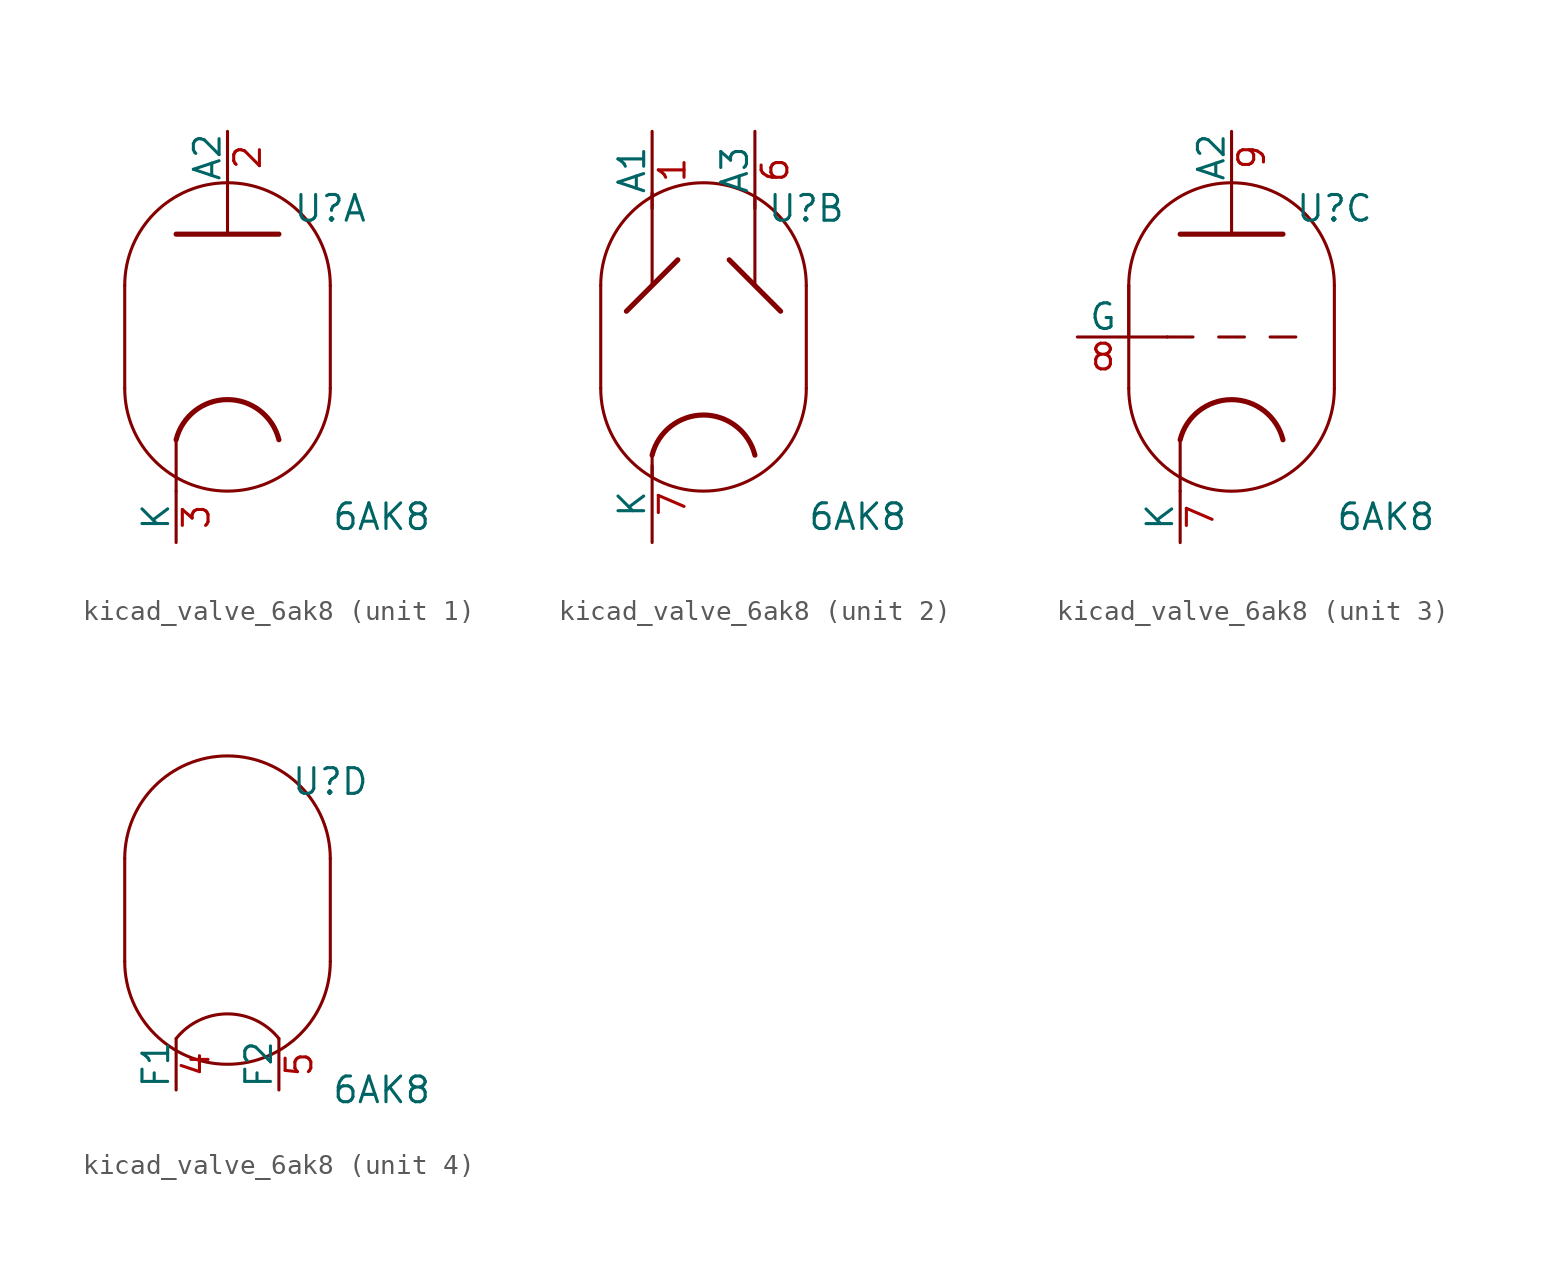
<source format=kicad_sym>
(kicad_symbol_lib
  (version 20220914)
  (generator kicad_symbol_editor)
  (symbol "kicad_valve_6ak8"
    (pin_names
      (offset 0))
    (property "Reference" "U"
      (at 5.08 6.35 0)
      (effects (font (size 1.27 1.27))))
    (property "Value" "6AK8"
      (at 7.62 -8.89 0)
      (effects (font (size 1.27 1.27))))
    (property "ki_locked" ""
      (at 0 0 0)
      (effects (font (size 1.27 1.27))))
    (symbol "kicad_valve_6ak8_0_1"
      (arc (start -5.08 -2.54) (mid 0 -7.5979) (end 5.08 -2.54) (stroke (width 0) (type default)) (fill (type none)))
      (polyline (pts (xy 5.08 2.54) (xy 5.08 -2.54)) (stroke (width 0) (type default)) (fill (type none)))
      (polyline (pts (xy -5.08 2.54) (xy -5.08 -2.54) (xy -5.08 -2.54)) (stroke (width 0) (type default)) (fill (type none)))
      (arc (start 5.08 2.54) (mid 0 7.5979) (end -5.08 2.54) (stroke (width 0) (type default)) (fill (type none))))
    (symbol "kicad_valve_6ak8_1_0"
      (polyline (pts (xy -2.54 -5.08) (xy -2.54 -7.62)) (stroke (width 0) (type default)) (fill (type none)))
      (polyline (pts (xy 0 5.08) (xy 0 7.62)) (stroke (width 0) (type default)) (fill (type none))))
    (symbol "kicad_valve_6ak8_1_1"
      (polyline (pts (xy -2.54 5.08) (xy 2.54 5.08) (xy 2.54 5.08) (xy 2.54 5.08)) (stroke (width 0.254) (type default)) (fill (type none)))
      (arc (start 2.54 -5.08) (mid 0 -3.0968) (end -2.54 -5.08) (stroke (width 0.254) (type default)) (fill (type none)))
      (pin output line (at 0 10.16 270) (length 2.54) (name "A2" (effects (font (size 1.27 1.27)))) (number "2" (effects (font (size 1.27 1.27)))))
      (pin input line (at -2.54 -10.16 90) (length 2.54) (name "K" (effects (font (size 1.27 1.27)))) (number "3" (effects (font (size 1.27 1.27))))))
    (symbol "kicad_valve_6ak8_2_1"
      (polyline (pts (xy -2.54 -6.858) (xy -2.54 -5.842) (xy -2.54 -5.842)) (stroke (width 0) (type default)) (fill (type none)))
      (polyline (pts (xy -2.54 7.112) (xy -2.54 2.54) (xy -2.54 2.54)) (stroke (width 0) (type default)) (fill (type none)))
      (polyline (pts (xy 1.27 3.81) (xy 3.81 1.27) (xy 3.81 1.27)) (stroke (width 0.254) (type default)) (fill (type none)))
      (polyline (pts (xy 2.54 6.858) (xy 2.54 2.54) (xy 2.54 2.54)) (stroke (width 0) (type default)) (fill (type none)))
      (polyline (pts (xy -3.81 1.27) (xy -1.27 3.81) (xy -1.27 3.81) (xy -1.27 3.81)) (stroke (width 0.254) (type default)) (fill (type none)))
      (arc (start 2.54 -5.842) (mid 0 -3.8588) (end -2.54 -5.842) (stroke (width 0.254) (type default)) (fill (type none)))
      (pin input line (at -2.54 10.16 270) (length 3.81) (name "A1" (effects (font (size 1.27 1.27)))) (number "1" (effects (font (size 1.27 1.27)))))
      (pin output line (at 2.54 10.16 270) (length 3.81) (name "A3" (effects (font (size 1.27 1.27)))) (number "6" (effects (font (size 1.27 1.27)))))
      (pin input line (at -2.54 -10.16 90) (length 3.81) (name "K" (effects (font (size 1.27 1.27)))) (number "7" (effects (font (size 1.27 1.27))))))
    (symbol "kicad_valve_6ak8_3_0"
      (polyline (pts (xy -5.08 0) (xy -3.175 0)) (stroke (width 0) (type default)) (fill (type none)))
      (polyline (pts (xy -5.08 2.54) (xy -5.08 0)) (stroke (width 0) (type default)) (fill (type none)))
      (polyline (pts (xy -2.54 -5.08) (xy -2.54 -7.62)) (stroke (width 0) (type default)) (fill (type none)))
      (polyline (pts (xy 0 5.08) (xy 0 7.62)) (stroke (width 0) (type default)) (fill (type none))))
    (symbol "kicad_valve_6ak8_3_1"
      (polyline (pts (xy -1.905 0) (xy -3.175 0)) (stroke (width 0.152) (type default)) (fill (type none)))
      (polyline (pts (xy -0.635 0) (xy 0.635 0)) (stroke (width 0.152) (type default)) (fill (type none)))
      (polyline (pts (xy 1.905 0) (xy 3.175 0)) (stroke (width 0.152) (type default)) (fill (type none)))
      (polyline (pts (xy -2.54 5.08) (xy 2.54 5.08) (xy 2.54 5.08)) (stroke (width 0.254) (type default)) (fill (type none)))
      (arc (start 2.54 -5.08) (mid 0 -3.0968) (end -2.54 -5.08) (stroke (width 0.254) (type default)) (fill (type none)))
      (pin input line (at -2.54 -10.16 90) (length 2.54) (name "K" (effects (font (size 1.27 1.27)))) (number "7" (effects (font (size 1.27 1.27)))))
      (pin input line (at -7.62 0 0) (length 2.54) (name "G" (effects (font (size 1.27 1.27)))) (number "8" (effects (font (size 1.27 1.27)))))
      (pin output line (at 0 10.16 270) (length 2.54) (name "A2" (effects (font (size 1.27 1.27)))) (number "9" (effects (font (size 1.27 1.27))))))
    (symbol "kicad_valve_6ak8_4_1"
      (arc (start 2.54 -6.35) (mid 0 -5.1292) (end -2.54 -6.35) (stroke (width 0) (type default)) (fill (type none)))
      (pin input line (at -2.54 -8.89 90) (length 2.54) (name "F1" (effects (font (size 1.27 1.27)))) (number "4" (effects (font (size 1.27 1.27)))))
      (pin input line (at 2.54 -8.89 90) (length 2.54) (name "F2" (effects (font (size 1.27 1.27)))) (number "5" (effects (font (size 1.27 1.27))))))))
</source>
